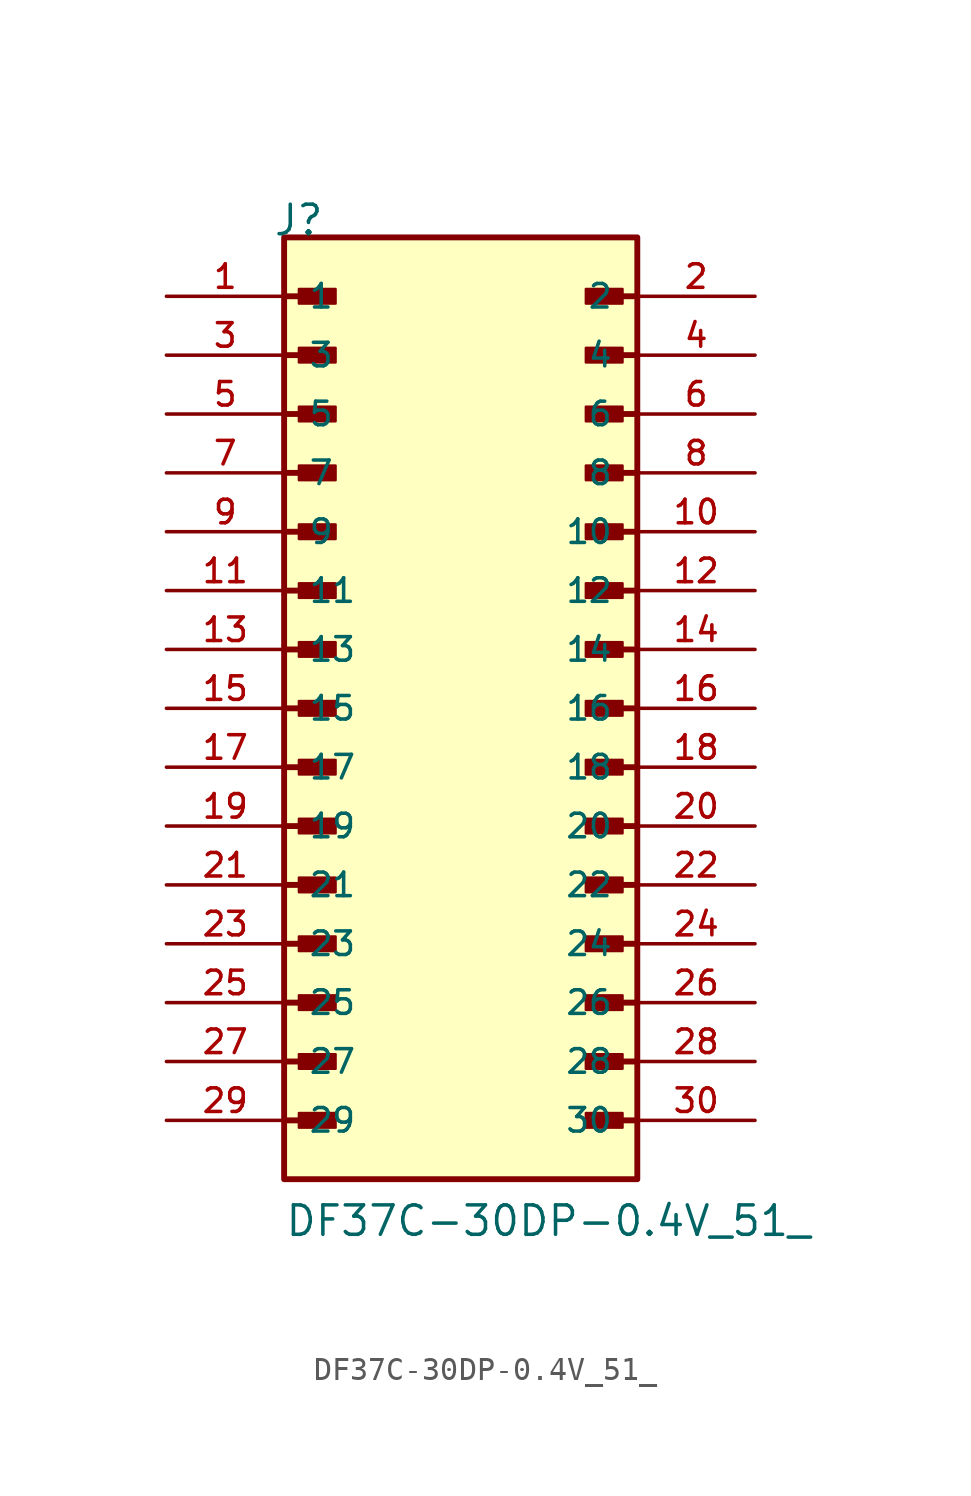
<source format=kicad_sym>
(kicad_symbol_lib
  (version 20211014)
  (generator kicad_symbol_editor)
  (symbol "DF37C-30DP-0.4V_51_"
    (pin_names
      (offset 1.016))
    (property "Reference" "J"
      (at -8.12 20.32 0)
      (effects (font (size 1.27 1.27)) (justify bottom left)))
    (property "Value" "DF37C-30DP-0.4V_51_"
      (at -7.62 -22.86 0)
      (effects (font (size 1.27 1.27)) (justify bottom left)))
    (symbol "DF37C-30DP-0.4V_51__0_0"
      (polyline (pts (xy -7.62 17.78) (xy -5.715 17.78)) (stroke (width 0.254)))
      (rectangle (start -6.985 17.462) (end -5.397 18.098) (stroke (width 0.1)) (fill (type outline)))
      (polyline (pts (xy 7.62 17.78) (xy 5.715 17.78)) (stroke (width 0.254)))
      (rectangle (start 6.985 17.462) (end 5.397 18.098) (stroke (width 0.1)) (fill (type outline)))
      (polyline (pts (xy -7.62 15.24) (xy -5.715 15.24)) (stroke (width 0.254)))
      (rectangle (start -6.985 14.922) (end -5.397 15.557) (stroke (width 0.1)) (fill (type outline)))
      (polyline (pts (xy 7.62 15.24) (xy 5.715 15.24)) (stroke (width 0.254)))
      (rectangle (start 6.985 14.922) (end 5.397 15.557) (stroke (width 0.1)) (fill (type outline)))
      (polyline (pts (xy -7.62 12.7) (xy -5.715 12.7)) (stroke (width 0.254)))
      (rectangle (start -6.985 12.383) (end -5.397 13.018) (stroke (width 0.1)) (fill (type outline)))
      (polyline (pts (xy 7.62 12.7) (xy 5.715 12.7)) (stroke (width 0.254)))
      (rectangle (start 6.985 12.383) (end 5.397 13.018) (stroke (width 0.1)) (fill (type outline)))
      (polyline (pts (xy -7.62 10.16) (xy -5.715 10.16)) (stroke (width 0.254)))
      (rectangle (start -6.985 9.842) (end -5.397 10.477) (stroke (width 0.1)) (fill (type outline)))
      (polyline (pts (xy 7.62 10.16) (xy 5.715 10.16)) (stroke (width 0.254)))
      (rectangle (start 6.985 9.842) (end 5.397 10.477) (stroke (width 0.1)) (fill (type outline)))
      (polyline (pts (xy -7.62 7.62) (xy -5.715 7.62)) (stroke (width 0.254)))
      (rectangle (start -6.985 7.303) (end -5.397 7.938) (stroke (width 0.1)) (fill (type outline)))
      (polyline (pts (xy 7.62 7.62) (xy 5.715 7.62)) (stroke (width 0.254)))
      (rectangle (start 6.985 7.303) (end 5.397 7.938) (stroke (width 0.1)) (fill (type outline)))
      (polyline (pts (xy -7.62 5.08) (xy -5.715 5.08)) (stroke (width 0.254)))
      (rectangle (start -6.985 4.763) (end -5.397 5.397) (stroke (width 0.1)) (fill (type outline)))
      (polyline (pts (xy 7.62 5.08) (xy 5.715 5.08)) (stroke (width 0.254)))
      (rectangle (start 6.985 4.763) (end 5.397 5.397) (stroke (width 0.1)) (fill (type outline)))
      (polyline (pts (xy -7.62 2.54) (xy -5.715 2.54)) (stroke (width 0.254)))
      (rectangle (start -6.985 2.223) (end -5.397 2.857) (stroke (width 0.1)) (fill (type outline)))
      (polyline (pts (xy 7.62 2.54) (xy 5.715 2.54)) (stroke (width 0.254)))
      (rectangle (start 6.985 2.223) (end 5.397 2.857) (stroke (width 0.1)) (fill (type outline)))
      (polyline (pts (xy -7.62 0.0) (xy -5.715 0.0)) (stroke (width 0.254)))
      (rectangle (start -6.985 -0.318) (end -5.397 0.318) (stroke (width 0.1)) (fill (type outline)))
      (polyline (pts (xy 7.62 0.0) (xy 5.715 0.0)) (stroke (width 0.254)))
      (rectangle (start 6.985 -0.318) (end 5.397 0.318) (stroke (width 0.1)) (fill (type outline)))
      (polyline (pts (xy -7.62 -2.54) (xy -5.715 -2.54)) (stroke (width 0.254)))
      (rectangle (start -6.985 -2.857) (end -5.397 -2.223) (stroke (width 0.1)) (fill (type outline)))
      (polyline (pts (xy 7.62 -2.54) (xy 5.715 -2.54)) (stroke (width 0.254)))
      (rectangle (start 6.985 -2.857) (end 5.397 -2.223) (stroke (width 0.1)) (fill (type outline)))
      (polyline (pts (xy -7.62 -5.08) (xy -5.715 -5.08)) (stroke (width 0.254)))
      (rectangle (start -6.985 -5.397) (end -5.397 -4.763) (stroke (width 0.1)) (fill (type outline)))
      (polyline (pts (xy 7.62 -5.08) (xy 5.715 -5.08)) (stroke (width 0.254)))
      (rectangle (start 6.985 -5.397) (end 5.397 -4.763) (stroke (width 0.1)) (fill (type outline)))
      (polyline (pts (xy -7.62 -7.62) (xy -5.715 -7.62)) (stroke (width 0.254)))
      (rectangle (start -6.985 -7.938) (end -5.397 -7.303) (stroke (width 0.1)) (fill (type outline)))
      (polyline (pts (xy 7.62 -7.62) (xy 5.715 -7.62)) (stroke (width 0.254)))
      (rectangle (start 6.985 -7.938) (end 5.397 -7.303) (stroke (width 0.1)) (fill (type outline)))
      (polyline (pts (xy -7.62 -10.16) (xy -5.715 -10.16)) (stroke (width 0.254)))
      (rectangle (start -6.985 -10.477) (end -5.397 -9.842) (stroke (width 0.1)) (fill (type outline)))
      (polyline (pts (xy 7.62 -10.16) (xy 5.715 -10.16)) (stroke (width 0.254)))
      (rectangle (start 6.985 -10.477) (end 5.397 -9.842) (stroke (width 0.1)) (fill (type outline)))
      (polyline (pts (xy -7.62 -12.7) (xy -5.715 -12.7)) (stroke (width 0.254)))
      (rectangle (start -6.985 -13.018) (end -5.397 -12.383) (stroke (width 0.1)) (fill (type outline)))
      (polyline (pts (xy 7.62 -12.7) (xy 5.715 -12.7)) (stroke (width 0.254)))
      (rectangle (start 6.985 -13.018) (end 5.397 -12.383) (stroke (width 0.1)) (fill (type outline)))
      (polyline (pts (xy -7.62 -15.24) (xy -5.715 -15.24)) (stroke (width 0.254)))
      (rectangle (start -6.985 -15.557) (end -5.397 -14.922) (stroke (width 0.1)) (fill (type outline)))
      (polyline (pts (xy 7.62 -15.24) (xy 5.715 -15.24)) (stroke (width 0.254)))
      (rectangle (start 6.985 -15.557) (end 5.397 -14.922) (stroke (width 0.1)) (fill (type outline)))
      (polyline (pts (xy -7.62 -17.78) (xy -5.715 -17.78)) (stroke (width 0.254)))
      (rectangle (start -6.985 -18.098) (end -5.397 -17.462) (stroke (width 0.1)) (fill (type outline)))
      (polyline (pts (xy 7.62 -17.78) (xy 5.715 -17.78)) (stroke (width 0.254)))
      (rectangle (start 6.985 -18.098) (end 5.397 -17.462) (stroke (width 0.1)) (fill (type outline)))
      (rectangle (start -7.62 -20.32) (end 7.62 20.32) (stroke (width 0.254)) (fill (type background)))
      (pin passive line (at -12.7 17.78 0) (length 5.08) (name "1" (effects (font (size 1.016 1.016)))) (number "1" (effects (font (size 1.016 1.016)))))
      (pin passive line (at 12.7 17.78 180.0) (length 5.08) (name "2" (effects (font (size 1.016 1.016)))) (number "2" (effects (font (size 1.016 1.016)))))
      (pin passive line (at -12.7 15.24 0) (length 5.08) (name "3" (effects (font (size 1.016 1.016)))) (number "3" (effects (font (size 1.016 1.016)))))
      (pin passive line (at 12.7 15.24 180.0) (length 5.08) (name "4" (effects (font (size 1.016 1.016)))) (number "4" (effects (font (size 1.016 1.016)))))
      (pin passive line (at -12.7 12.7 0) (length 5.08) (name "5" (effects (font (size 1.016 1.016)))) (number "5" (effects (font (size 1.016 1.016)))))
      (pin passive line (at 12.7 12.7 180.0) (length 5.08) (name "6" (effects (font (size 1.016 1.016)))) (number "6" (effects (font (size 1.016 1.016)))))
      (pin passive line (at -12.7 10.16 0) (length 5.08) (name "7" (effects (font (size 1.016 1.016)))) (number "7" (effects (font (size 1.016 1.016)))))
      (pin passive line (at 12.7 10.16 180.0) (length 5.08) (name "8" (effects (font (size 1.016 1.016)))) (number "8" (effects (font (size 1.016 1.016)))))
      (pin passive line (at -12.7 7.62 0) (length 5.08) (name "9" (effects (font (size 1.016 1.016)))) (number "9" (effects (font (size 1.016 1.016)))))
      (pin passive line (at 12.7 7.62 180.0) (length 5.08) (name "10" (effects (font (size 1.016 1.016)))) (number "10" (effects (font (size 1.016 1.016)))))
      (pin passive line (at -12.7 5.08 0) (length 5.08) (name "11" (effects (font (size 1.016 1.016)))) (number "11" (effects (font (size 1.016 1.016)))))
      (pin passive line (at 12.7 5.08 180.0) (length 5.08) (name "12" (effects (font (size 1.016 1.016)))) (number "12" (effects (font (size 1.016 1.016)))))
      (pin passive line (at -12.7 2.54 0) (length 5.08) (name "13" (effects (font (size 1.016 1.016)))) (number "13" (effects (font (size 1.016 1.016)))))
      (pin passive line (at 12.7 2.54 180.0) (length 5.08) (name "14" (effects (font (size 1.016 1.016)))) (number "14" (effects (font (size 1.016 1.016)))))
      (pin passive line (at -12.7 0.0 0) (length 5.08) (name "15" (effects (font (size 1.016 1.016)))) (number "15" (effects (font (size 1.016 1.016)))))
      (pin passive line (at 12.7 0.0 180.0) (length 5.08) (name "16" (effects (font (size 1.016 1.016)))) (number "16" (effects (font (size 1.016 1.016)))))
      (pin passive line (at -12.7 -2.54 0) (length 5.08) (name "17" (effects (font (size 1.016 1.016)))) (number "17" (effects (font (size 1.016 1.016)))))
      (pin passive line (at 12.7 -2.54 180.0) (length 5.08) (name "18" (effects (font (size 1.016 1.016)))) (number "18" (effects (font (size 1.016 1.016)))))
      (pin passive line (at -12.7 -5.08 0) (length 5.08) (name "19" (effects (font (size 1.016 1.016)))) (number "19" (effects (font (size 1.016 1.016)))))
      (pin passive line (at 12.7 -5.08 180.0) (length 5.08) (name "20" (effects (font (size 1.016 1.016)))) (number "20" (effects (font (size 1.016 1.016)))))
      (pin passive line (at -12.7 -7.62 0) (length 5.08) (name "21" (effects (font (size 1.016 1.016)))) (number "21" (effects (font (size 1.016 1.016)))))
      (pin passive line (at 12.7 -7.62 180.0) (length 5.08) (name "22" (effects (font (size 1.016 1.016)))) (number "22" (effects (font (size 1.016 1.016)))))
      (pin passive line (at -12.7 -10.16 0) (length 5.08) (name "23" (effects (font (size 1.016 1.016)))) (number "23" (effects (font (size 1.016 1.016)))))
      (pin passive line (at 12.7 -10.16 180.0) (length 5.08) (name "24" (effects (font (size 1.016 1.016)))) (number "24" (effects (font (size 1.016 1.016)))))
      (pin passive line (at -12.7 -12.7 0) (length 5.08) (name "25" (effects (font (size 1.016 1.016)))) (number "25" (effects (font (size 1.016 1.016)))))
      (pin passive line (at 12.7 -12.7 180.0) (length 5.08) (name "26" (effects (font (size 1.016 1.016)))) (number "26" (effects (font (size 1.016 1.016)))))
      (pin passive line (at -12.7 -15.24 0) (length 5.08) (name "27" (effects (font (size 1.016 1.016)))) (number "27" (effects (font (size 1.016 1.016)))))
      (pin passive line (at 12.7 -15.24 180.0) (length 5.08) (name "28" (effects (font (size 1.016 1.016)))) (number "28" (effects (font (size 1.016 1.016)))))
      (pin passive line (at -12.7 -17.78 0) (length 5.08) (name "29" (effects (font (size 1.016 1.016)))) (number "29" (effects (font (size 1.016 1.016)))))
      (pin passive line (at 12.7 -17.78 180.0) (length 5.08) (name "30" (effects (font (size 1.016 1.016)))) (number "30" (effects (font (size 1.016 1.016))))))))
</source>
